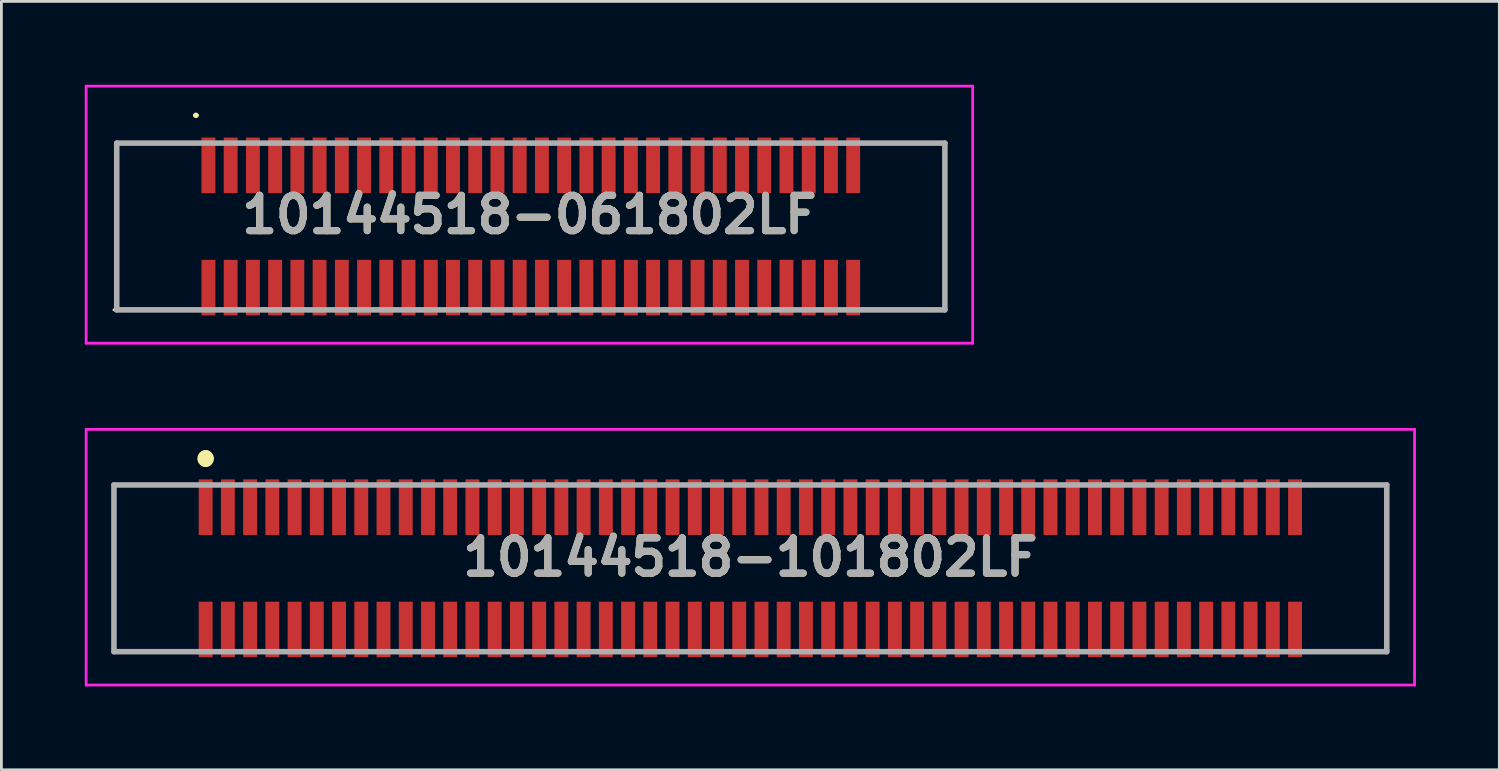
<source format=kicad_pcb>
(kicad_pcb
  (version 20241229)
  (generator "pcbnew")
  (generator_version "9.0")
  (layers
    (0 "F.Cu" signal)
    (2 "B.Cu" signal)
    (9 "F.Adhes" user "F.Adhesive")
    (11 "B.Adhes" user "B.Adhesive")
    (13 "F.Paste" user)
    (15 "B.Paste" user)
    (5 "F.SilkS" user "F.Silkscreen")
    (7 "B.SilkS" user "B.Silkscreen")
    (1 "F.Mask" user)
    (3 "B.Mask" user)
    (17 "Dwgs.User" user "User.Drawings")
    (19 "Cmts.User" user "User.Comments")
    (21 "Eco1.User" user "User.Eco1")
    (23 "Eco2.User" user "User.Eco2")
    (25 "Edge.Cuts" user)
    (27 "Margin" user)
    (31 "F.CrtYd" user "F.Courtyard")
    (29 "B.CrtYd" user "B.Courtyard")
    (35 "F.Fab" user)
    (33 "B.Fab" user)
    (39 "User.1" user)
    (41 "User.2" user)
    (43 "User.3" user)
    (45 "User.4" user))
  (footprint "10144518-101802LF"
    (layer "F.Cu")
    (at 23.95 17.4)
    (property "Reference" "10144518-101802LF" (at 0 -0.4 0) (layer "F.SilkS") (effects (font (size 1.27 1.27) (thickness 0.254))))
    (attr through_hole)
    (fp_line (start -22.9 -3) (end -22.9 3) (stroke (width 0.1) (type solid)) (layer "F.SilkS"))
    (fp_line (start -22.9 3) (end -20.1 3) (stroke (width 0.1) (type solid)) (layer "F.SilkS"))
    (fp_line (start -20.1 -3) (end -22.9 -3) (stroke (width 0.1) (type solid)) (layer "F.SilkS"))
    (fp_line (start -19.6 -4) (end -19.6 -4) (stroke (width 0.5) (type solid)) (layer "F.SilkS"))
    (fp_line (start -19.6 -3.9) (end -19.6 -3.9) (stroke (width 0.5) (type solid)) (layer "F.SilkS"))
    (fp_line (start 20.1 -3) (end 22.9 -3) (stroke (width 0.1) (type solid)) (layer "F.SilkS"))
    (fp_line (start 22.9 -3) (end 22.9 3) (stroke (width 0.1) (type solid)) (layer "F.SilkS"))
    (fp_line (start 22.9 3) (end 20.1 3) (stroke (width 0.1) (type solid)) (layer "F.SilkS"))
    (fp_arc (start -19.6 -4) (mid -19.55 -3.95) (end -19.6 -3.9) (stroke (width 0.5) (type solid)) (layer "F.SilkS"))
    (fp_arc (start -19.6 -3.9) (mid -19.65 -3.95) (end -19.6 -4) (stroke (width 0.5) (type solid)) (layer "F.SilkS"))
    (fp_line (start -23.9 -5) (end 23.9 -5) (stroke (width 0.1) (type solid)) (layer "F.CrtYd"))
    (fp_line (start -23.9 4.2) (end -23.9 -5) (stroke (width 0.1) (type solid)) (layer "F.CrtYd"))
    (fp_line (start 23.9 -5) (end 23.9 4.2) (stroke (width 0.1) (type solid)) (layer "F.CrtYd"))
    (fp_line (start 23.9 4.2) (end -23.9 4.2) (stroke (width 0.1) (type solid)) (layer "F.CrtYd"))
    (fp_line (start -22.9 -3) (end 22.9 -3) (stroke (width 0.2) (type solid)) (layer "F.Fab"))
    (fp_line (start -22.9 3) (end -22.9 -3) (stroke (width 0.2) (type solid)) (layer "F.Fab"))
    (fp_line (start 22.9 -3) (end 22.9 3) (stroke (width 0.2) (type solid)) (layer "F.Fab"))
    (fp_line (start 22.9 3) (end -22.9 3) (stroke (width 0.2) (type solid)) (layer "F.Fab"))
    (fp_text user "${REFERENCE}" (at 0 -0.4 0) (layer "F.Fab") (effects (font (size 1.27 1.27) (thickness 0.254))))
    (pad "" np_thru_hole circle (at -22.1 0) (size 0.001 0.001) (drill 0.83) (layers "*.Cu" "*.Mask"))
    (pad "" np_thru_hole circle (at 22.1 0) (size 0.001 0.001) (drill 1.23) (layers "*.Cu" "*.Mask"))
    (pad "1" smd rect (at -19.6 -2.2) (size 0.5 2) (layers "F.Cu" "F.Mask" "F.Paste"))
    (pad "2" smd rect (at -19.6 2.2) (size 0.5 2) (layers "F.Cu" "F.Mask" "F.Paste"))
    (pad "3" smd rect (at -18.8 -2.2) (size 0.5 2) (layers "F.Cu" "F.Mask" "F.Paste"))
    (pad "4" smd rect (at -18.8 2.2) (size 0.5 2) (layers "F.Cu" "F.Mask" "F.Paste"))
    (pad "5" smd rect (at -18 -2.2) (size 0.5 2) (layers "F.Cu" "F.Mask" "F.Paste"))
    (pad "6" smd rect (at -18 2.2) (size 0.5 2) (layers "F.Cu" "F.Mask" "F.Paste"))
    (pad "7" smd rect (at -17.2 -2.2) (size 0.5 2) (layers "F.Cu" "F.Mask" "F.Paste"))
    (pad "8" smd rect (at -17.2 2.2) (size 0.5 2) (layers "F.Cu" "F.Mask" "F.Paste"))
    (pad "9" smd rect (at -16.4 -2.2) (size 0.5 2) (layers "F.Cu" "F.Mask" "F.Paste"))
    (pad "10" smd rect (at -16.4 2.2) (size 0.5 2) (layers "F.Cu" "F.Mask" "F.Paste"))
    (pad "11" smd rect (at -15.6 -2.2) (size 0.5 2) (layers "F.Cu" "F.Mask" "F.Paste"))
    (pad "12" smd rect (at -15.6 2.2) (size 0.5 2) (layers "F.Cu" "F.Mask" "F.Paste"))
    (pad "13" smd rect (at -14.8 -2.2) (size 0.5 2) (layers "F.Cu" "F.Mask" "F.Paste"))
    (pad "14" smd rect (at -14.8 2.2) (size 0.5 2) (layers "F.Cu" "F.Mask" "F.Paste"))
    (pad "15" smd rect (at -14 -2.2) (size 0.5 2) (layers "F.Cu" "F.Mask" "F.Paste"))
    (pad "16" smd rect (at -14 2.2) (size 0.5 2) (layers "F.Cu" "F.Mask" "F.Paste"))
    (pad "17" smd rect (at -13.2 -2.2) (size 0.5 2) (layers "F.Cu" "F.Mask" "F.Paste"))
    (pad "18" smd rect (at -13.2 2.2) (size 0.5 2) (layers "F.Cu" "F.Mask" "F.Paste"))
    (pad "19" smd rect (at -12.4 -2.2) (size 0.5 2) (layers "F.Cu" "F.Mask" "F.Paste"))
    (pad "20" smd rect (at -12.4 2.2) (size 0.5 2) (layers "F.Cu" "F.Mask" "F.Paste"))
    (pad "21" smd rect (at -11.6 -2.2) (size 0.5 2) (layers "F.Cu" "F.Mask" "F.Paste"))
    (pad "22" smd rect (at -11.6 2.2) (size 0.5 2) (layers "F.Cu" "F.Mask" "F.Paste"))
    (pad "23" smd rect (at -10.8 -2.2) (size 0.5 2) (layers "F.Cu" "F.Mask" "F.Paste"))
    (pad "24" smd rect (at -10.8 2.2) (size 0.5 2) (layers "F.Cu" "F.Mask" "F.Paste"))
    (pad "25" smd rect (at -10 -2.2) (size 0.5 2) (layers "F.Cu" "F.Mask" "F.Paste"))
    (pad "26" smd rect (at -10 2.2) (size 0.5 2) (layers "F.Cu" "F.Mask" "F.Paste"))
    (pad "27" smd rect (at -9.2 -2.2) (size 0.5 2) (layers "F.Cu" "F.Mask" "F.Paste"))
    (pad "28" smd rect (at -9.2 2.2) (size 0.5 2) (layers "F.Cu" "F.Mask" "F.Paste"))
    (pad "29" smd rect (at -8.4 -2.2) (size 0.5 2) (layers "F.Cu" "F.Mask" "F.Paste"))
    (pad "30" smd rect (at -8.4 2.2) (size 0.5 2) (layers "F.Cu" "F.Mask" "F.Paste"))
    (pad "31" smd rect (at -7.6 -2.2) (size 0.5 2) (layers "F.Cu" "F.Mask" "F.Paste"))
    (pad "32" smd rect (at -7.6 2.2) (size 0.5 2) (layers "F.Cu" "F.Mask" "F.Paste"))
    (pad "33" smd rect (at -6.8 -2.2) (size 0.5 2) (layers "F.Cu" "F.Mask" "F.Paste"))
    (pad "34" smd rect (at -6.8 2.2) (size 0.5 2) (layers "F.Cu" "F.Mask" "F.Paste"))
    (pad "35" smd rect (at -6 -2.2) (size 0.5 2) (layers "F.Cu" "F.Mask" "F.Paste"))
    (pad "36" smd rect (at -6 2.2) (size 0.5 2) (layers "F.Cu" "F.Mask" "F.Paste"))
    (pad "37" smd rect (at -5.2 -2.2) (size 0.5 2) (layers "F.Cu" "F.Mask" "F.Paste"))
    (pad "38" smd rect (at -5.2 2.2) (size 0.5 2) (layers "F.Cu" "F.Mask" "F.Paste"))
    (pad "39" smd rect (at -4.4 -2.2) (size 0.5 2) (layers "F.Cu" "F.Mask" "F.Paste"))
    (pad "40" smd rect (at -4.4 2.2) (size 0.5 2) (layers "F.Cu" "F.Mask" "F.Paste"))
    (pad "41" smd rect (at -3.6 -2.2) (size 0.5 2) (layers "F.Cu" "F.Mask" "F.Paste"))
    (pad "42" smd rect (at -3.6 2.2) (size 0.5 2) (layers "F.Cu" "F.Mask" "F.Paste"))
    (pad "43" smd rect (at -2.8 -2.2) (size 0.5 2) (layers "F.Cu" "F.Mask" "F.Paste"))
    (pad "44" smd rect (at -2.8 2.2) (size 0.5 2) (layers "F.Cu" "F.Mask" "F.Paste"))
    (pad "45" smd rect (at -2 -2.2) (size 0.5 2) (layers "F.Cu" "F.Mask" "F.Paste"))
    (pad "46" smd rect (at -2 2.2) (size 0.5 2) (layers "F.Cu" "F.Mask" "F.Paste"))
    (pad "47" smd rect (at -1.2 -2.2) (size 0.5 2) (layers "F.Cu" "F.Mask" "F.Paste"))
    (pad "48" smd rect (at -1.2 2.2) (size 0.5 2) (layers "F.Cu" "F.Mask" "F.Paste"))
    (pad "49" smd rect (at -0.4 -2.2) (size 0.5 2) (layers "F.Cu" "F.Mask" "F.Paste"))
    (pad "50" smd rect (at -0.4 2.2) (size 0.5 2) (layers "F.Cu" "F.Mask" "F.Paste"))
    (pad "51" smd rect (at 0.4 -2.2) (size 0.5 2) (layers "F.Cu" "F.Mask" "F.Paste"))
    (pad "52" smd rect (at 0.4 2.2) (size 0.5 2) (layers "F.Cu" "F.Mask" "F.Paste"))
    (pad "53" smd rect (at 1.2 -2.2) (size 0.5 2) (layers "F.Cu" "F.Mask" "F.Paste"))
    (pad "54" smd rect (at 1.2 2.2) (size 0.5 2) (layers "F.Cu" "F.Mask" "F.Paste"))
    (pad "55" smd rect (at 2 -2.2) (size 0.5 2) (layers "F.Cu" "F.Mask" "F.Paste"))
    (pad "56" smd rect (at 2 2.2) (size 0.5 2) (layers "F.Cu" "F.Mask" "F.Paste"))
    (pad "57" smd rect (at 2.8 -2.2) (size 0.5 2) (layers "F.Cu" "F.Mask" "F.Paste"))
    (pad "58" smd rect (at 2.8 2.2) (size 0.5 2) (layers "F.Cu" "F.Mask" "F.Paste"))
    (pad "59" smd rect (at 3.6 -2.2) (size 0.5 2) (layers "F.Cu" "F.Mask" "F.Paste"))
    (pad "60" smd rect (at 3.6 2.2) (size 0.5 2) (layers "F.Cu" "F.Mask" "F.Paste"))
    (pad "61" smd rect (at 4.4 -2.2) (size 0.5 2) (layers "F.Cu" "F.Mask" "F.Paste"))
    (pad "62" smd rect (at 4.4 2.2) (size 0.5 2) (layers "F.Cu" "F.Mask" "F.Paste"))
    (pad "63" smd rect (at 5.2 -2.2) (size 0.5 2) (layers "F.Cu" "F.Mask" "F.Paste"))
    (pad "64" smd rect (at 5.2 2.2) (size 0.5 2) (layers "F.Cu" "F.Mask" "F.Paste"))
    (pad "65" smd rect (at 6 -2.2) (size 0.5 2) (layers "F.Cu" "F.Mask" "F.Paste"))
    (pad "66" smd rect (at 6 2.2) (size 0.5 2) (layers "F.Cu" "F.Mask" "F.Paste"))
    (pad "67" smd rect (at 6.8 -2.2) (size 0.5 2) (layers "F.Cu" "F.Mask" "F.Paste"))
    (pad "68" smd rect (at 6.8 2.2) (size 0.5 2) (layers "F.Cu" "F.Mask" "F.Paste"))
    (pad "69" smd rect (at 7.6 -2.2) (size 0.5 2) (layers "F.Cu" "F.Mask" "F.Paste"))
    (pad "70" smd rect (at 7.6 2.2) (size 0.5 2) (layers "F.Cu" "F.Mask" "F.Paste"))
    (pad "71" smd rect (at 8.4 -2.2) (size 0.5 2) (layers "F.Cu" "F.Mask" "F.Paste"))
    (pad "72" smd rect (at 8.4 2.2) (size 0.5 2) (layers "F.Cu" "F.Mask" "F.Paste"))
    (pad "73" smd rect (at 9.2 -2.2) (size 0.5 2) (layers "F.Cu" "F.Mask" "F.Paste"))
    (pad "74" smd rect (at 9.2 2.2) (size 0.5 2) (layers "F.Cu" "F.Mask" "F.Paste"))
    (pad "75" smd rect (at 10 -2.2) (size 0.5 2) (layers "F.Cu" "F.Mask" "F.Paste"))
    (pad "76" smd rect (at 10 2.2) (size 0.5 2) (layers "F.Cu" "F.Mask" "F.Paste"))
    (pad "77" smd rect (at 10.8 -2.2) (size 0.5 2) (layers "F.Cu" "F.Mask" "F.Paste"))
    (pad "78" smd rect (at 10.8 2.2) (size 0.5 2) (layers "F.Cu" "F.Mask" "F.Paste"))
    (pad "79" smd rect (at 11.6 -2.2) (size 0.5 2) (layers "F.Cu" "F.Mask" "F.Paste"))
    (pad "80" smd rect (at 11.6 2.2) (size 0.5 2) (layers "F.Cu" "F.Mask" "F.Paste"))
    (pad "81" smd rect (at 12.4 -2.2) (size 0.5 2) (layers "F.Cu" "F.Mask" "F.Paste"))
    (pad "82" smd rect (at 12.4 2.2) (size 0.5 2) (layers "F.Cu" "F.Mask" "F.Paste"))
    (pad "83" smd rect (at 13.2 -2.2) (size 0.5 2) (layers "F.Cu" "F.Mask" "F.Paste"))
    (pad "84" smd rect (at 13.2 2.2) (size 0.5 2) (layers "F.Cu" "F.Mask" "F.Paste"))
    (pad "85" smd rect (at 14 -2.2) (size 0.5 2) (layers "F.Cu" "F.Mask" "F.Paste"))
    (pad "86" smd rect (at 14 2.2) (size 0.5 2) (layers "F.Cu" "F.Mask" "F.Paste"))
    (pad "87" smd rect (at 14.8 -2.2) (size 0.5 2) (layers "F.Cu" "F.Mask" "F.Paste"))
    (pad "88" smd rect (at 14.8 2.2) (size 0.5 2) (layers "F.Cu" "F.Mask" "F.Paste"))
    (pad "89" smd rect (at 15.6 -2.2) (size 0.5 2) (layers "F.Cu" "F.Mask" "F.Paste"))
    (pad "90" smd rect (at 15.6 2.2) (size 0.5 2) (layers "F.Cu" "F.Mask" "F.Paste"))
    (pad "91" smd rect (at 16.4 -2.2) (size 0.5 2) (layers "F.Cu" "F.Mask" "F.Paste"))
    (pad "92" smd rect (at 16.4 2.2) (size 0.5 2) (layers "F.Cu" "F.Mask" "F.Paste"))
    (pad "93" smd rect (at 17.2 -2.2) (size 0.5 2) (layers "F.Cu" "F.Mask" "F.Paste"))
    (pad "94" smd rect (at 17.2 2.2) (size 0.5 2) (layers "F.Cu" "F.Mask" "F.Paste"))
    (pad "95" smd rect (at 18 -2.2) (size 0.5 2) (layers "F.Cu" "F.Mask" "F.Paste"))
    (pad "96" smd rect (at 18 2.2) (size 0.5 2) (layers "F.Cu" "F.Mask" "F.Paste"))
    (pad "97" smd rect (at 18.8 -2.2) (size 0.5 2) (layers "F.Cu" "F.Mask" "F.Paste"))
    (pad "98" smd rect (at 18.8 2.2) (size 0.5 2) (layers "F.Cu" "F.Mask" "F.Paste"))
    (pad "99" smd rect (at 19.6 -2.2) (size 0.5 2) (layers "F.Cu" "F.Mask" "F.Paste"))
    (pad "100" smd rect (at 19.6 2.2) (size 0.5 2) (layers "F.Cu" "F.Mask" "F.Paste")))
  (footprint "10144518-061802LF"
    (layer "F.Cu")
    (at 16.05 5.1)
    (property "Reference" "10144518-061802LF" (at -0.05 -0.425 0) (layer "F.SilkS") (effects (font (size 1.27 1.27) (thickness 0.254))))
    (attr through_hole)
    (fp_line (start -14.9 -3) (end -14.9 3) (stroke (width 0.1) (type solid)) (layer "F.SilkS"))
    (fp_line (start -12.5 -3) (end -14.9 -3) (stroke (width 0.1) (type solid)) (layer "F.SilkS"))
    (fp_line (start -12.5 3) (end -15 3) (stroke (width 0.1) (type solid)) (layer "F.SilkS"))
    (fp_line (start -12.1 -4) (end -12.1 -4) (stroke (width 0.1) (type solid)) (layer "F.SilkS"))
    (fp_line (start -12 -4) (end -12 -4) (stroke (width 0.1) (type solid)) (layer "F.SilkS"))
    (fp_line (start 12.5 3) (end 14.9 3) (stroke (width 0.1) (type solid)) (layer "F.SilkS"))
    (fp_line (start 14.9 -3) (end 13 -3) (stroke (width 0.1) (type solid)) (layer "F.SilkS"))
    (fp_line (start 14.9 3) (end 14.9 -3) (stroke (width 0.1) (type solid)) (layer "F.SilkS"))
    (fp_arc (start -12.1 -4) (mid -12.05 -4.05) (end -12 -4) (stroke (width 0.1) (type solid)) (layer "F.SilkS"))
    (fp_arc (start -12 -4) (mid -12.05 -3.95) (end -12.1 -4) (stroke (width 0.1) (type solid)) (layer "F.SilkS"))
    (fp_line (start -16 -5.05) (end 15.9 -5.05) (stroke (width 0.1) (type solid)) (layer "F.CrtYd"))
    (fp_line (start -16 4.2) (end -16 -5.05) (stroke (width 0.1) (type solid)) (layer "F.CrtYd"))
    (fp_line (start 15.9 -5.05) (end 15.9 4.2) (stroke (width 0.1) (type solid)) (layer "F.CrtYd"))
    (fp_line (start 15.9 4.2) (end -16 4.2) (stroke (width 0.1) (type solid)) (layer "F.CrtYd"))
    (fp_line (start -14.9 -3) (end 14.9 -3) (stroke (width 0.2) (type solid)) (layer "F.Fab"))
    (fp_line (start -14.9 3) (end -14.9 -3) (stroke (width 0.2) (type solid)) (layer "F.Fab"))
    (fp_line (start 14.9 -3) (end 14.9 3) (stroke (width 0.2) (type solid)) (layer "F.Fab"))
    (fp_line (start 14.9 3) (end -14.9 3) (stroke (width 0.2) (type solid)) (layer "F.Fab"))
    (fp_text user "${REFERENCE}" (at -0.05 -0.425 0) (layer "F.Fab") (effects (font (size 1.27 1.27) (thickness 0.254))))
    (pad "" np_thru_hole circle (at -14.1 0) (size 0.001 0.001) (drill 0.83) (layers "*.Cu" "*.Mask"))
    (pad "" np_thru_hole circle (at 14.1 0) (size 0.001 0.001) (drill 1.23) (layers "*.Cu" "*.Mask"))
    (pad "1" smd rect (at -11.6 -2.2) (size 0.5 2) (layers "F.Cu" "F.Mask" "F.Paste"))
    (pad "2" smd rect (at -11.6 2.2) (size 0.5 2) (layers "F.Cu" "F.Mask" "F.Paste"))
    (pad "3" smd rect (at -10.8 -2.2) (size 0.5 2) (layers "F.Cu" "F.Mask" "F.Paste"))
    (pad "4" smd rect (at -10.8 2.2) (size 0.5 2) (layers "F.Cu" "F.Mask" "F.Paste"))
    (pad "5" smd rect (at -10 -2.2) (size 0.5 2) (layers "F.Cu" "F.Mask" "F.Paste"))
    (pad "6" smd rect (at -10 2.2) (size 0.5 2) (layers "F.Cu" "F.Mask" "F.Paste"))
    (pad "7" smd rect (at -9.2 -2.2) (size 0.5 2) (layers "F.Cu" "F.Mask" "F.Paste"))
    (pad "8" smd rect (at -9.2 2.2) (size 0.5 2) (layers "F.Cu" "F.Mask" "F.Paste"))
    (pad "9" smd rect (at -8.4 -2.2) (size 0.5 2) (layers "F.Cu" "F.Mask" "F.Paste"))
    (pad "10" smd rect (at -8.4 2.2) (size 0.5 2) (layers "F.Cu" "F.Mask" "F.Paste"))
    (pad "11" smd rect (at -7.6 -2.2) (size 0.5 2) (layers "F.Cu" "F.Mask" "F.Paste"))
    (pad "12" smd rect (at -7.6 2.2) (size 0.5 2) (layers "F.Cu" "F.Mask" "F.Paste"))
    (pad "13" smd rect (at -6.8 -2.2) (size 0.5 2) (layers "F.Cu" "F.Mask" "F.Paste"))
    (pad "14" smd rect (at -6.8 2.2) (size 0.5 2) (layers "F.Cu" "F.Mask" "F.Paste"))
    (pad "15" smd rect (at -6 -2.2) (size 0.5 2) (layers "F.Cu" "F.Mask" "F.Paste"))
    (pad "16" smd rect (at -6 2.2) (size 0.5 2) (layers "F.Cu" "F.Mask" "F.Paste"))
    (pad "17" smd rect (at -5.2 -2.2) (size 0.5 2) (layers "F.Cu" "F.Mask" "F.Paste"))
    (pad "18" smd rect (at -5.2 2.2) (size 0.5 2) (layers "F.Cu" "F.Mask" "F.Paste"))
    (pad "19" smd rect (at -4.4 -2.2) (size 0.5 2) (layers "F.Cu" "F.Mask" "F.Paste"))
    (pad "20" smd rect (at -4.4 2.2) (size 0.5 2) (layers "F.Cu" "F.Mask" "F.Paste"))
    (pad "21" smd rect (at -3.6 -2.2) (size 0.5 2) (layers "F.Cu" "F.Mask" "F.Paste"))
    (pad "22" smd rect (at -3.6 2.2) (size 0.5 2) (layers "F.Cu" "F.Mask" "F.Paste"))
    (pad "23" smd rect (at -2.8 -2.2) (size 0.5 2) (layers "F.Cu" "F.Mask" "F.Paste"))
    (pad "24" smd rect (at -2.8 2.2) (size 0.5 2) (layers "F.Cu" "F.Mask" "F.Paste"))
    (pad "25" smd rect (at -2 -2.2) (size 0.5 2) (layers "F.Cu" "F.Mask" "F.Paste"))
    (pad "26" smd rect (at -2 2.2) (size 0.5 2) (layers "F.Cu" "F.Mask" "F.Paste"))
    (pad "27" smd rect (at -1.2 -2.2) (size 0.5 2) (layers "F.Cu" "F.Mask" "F.Paste"))
    (pad "28" smd rect (at -1.2 2.2) (size 0.5 2) (layers "F.Cu" "F.Mask" "F.Paste"))
    (pad "29" smd rect (at -0.4 -2.2) (size 0.5 2) (layers "F.Cu" "F.Mask" "F.Paste"))
    (pad "30" smd rect (at -0.4 2.2) (size 0.5 2) (layers "F.Cu" "F.Mask" "F.Paste"))
    (pad "31" smd rect (at 0.4 -2.2) (size 0.5 2) (layers "F.Cu" "F.Mask" "F.Paste"))
    (pad "32" smd rect (at 0.4 2.2) (size 0.5 2) (layers "F.Cu" "F.Mask" "F.Paste"))
    (pad "33" smd rect (at 1.2 -2.2) (size 0.5 2) (layers "F.Cu" "F.Mask" "F.Paste"))
    (pad "34" smd rect (at 1.2 2.2) (size 0.5 2) (layers "F.Cu" "F.Mask" "F.Paste"))
    (pad "35" smd rect (at 2 -2.2) (size 0.5 2) (layers "F.Cu" "F.Mask" "F.Paste"))
    (pad "36" smd rect (at 2 2.2) (size 0.5 2) (layers "F.Cu" "F.Mask" "F.Paste"))
    (pad "37" smd rect (at 2.8 -2.2) (size 0.5 2) (layers "F.Cu" "F.Mask" "F.Paste"))
    (pad "38" smd rect (at 2.8 2.2) (size 0.5 2) (layers "F.Cu" "F.Mask" "F.Paste"))
    (pad "39" smd rect (at 3.6 -2.2) (size 0.5 2) (layers "F.Cu" "F.Mask" "F.Paste"))
    (pad "40" smd rect (at 3.6 2.2) (size 0.5 2) (layers "F.Cu" "F.Mask" "F.Paste"))
    (pad "41" smd rect (at 4.4 -2.2) (size 0.5 2) (layers "F.Cu" "F.Mask" "F.Paste"))
    (pad "42" smd rect (at 4.4 2.2) (size 0.5 2) (layers "F.Cu" "F.Mask" "F.Paste"))
    (pad "43" smd rect (at 5.2 -2.2) (size 0.5 2) (layers "F.Cu" "F.Mask" "F.Paste"))
    (pad "44" smd rect (at 5.2 2.2) (size 0.5 2) (layers "F.Cu" "F.Mask" "F.Paste"))
    (pad "45" smd rect (at 6 -2.2) (size 0.5 2) (layers "F.Cu" "F.Mask" "F.Paste"))
    (pad "46" smd rect (at 6 2.2) (size 0.5 2) (layers "F.Cu" "F.Mask" "F.Paste"))
    (pad "47" smd rect (at 6.8 -2.2) (size 0.5 2) (layers "F.Cu" "F.Mask" "F.Paste"))
    (pad "48" smd rect (at 6.8 2.2) (size 0.5 2) (layers "F.Cu" "F.Mask" "F.Paste"))
    (pad "49" smd rect (at 7.6 -2.2) (size 0.5 2) (layers "F.Cu" "F.Mask" "F.Paste"))
    (pad "50" smd rect (at 7.6 2.2) (size 0.5 2) (layers "F.Cu" "F.Mask" "F.Paste"))
    (pad "51" smd rect (at 8.4 -2.2) (size 0.5 2) (layers "F.Cu" "F.Mask" "F.Paste"))
    (pad "52" smd rect (at 8.4 2.2) (size 0.5 2) (layers "F.Cu" "F.Mask" "F.Paste"))
    (pad "53" smd rect (at 9.2 -2.2) (size 0.5 2) (layers "F.Cu" "F.Mask" "F.Paste"))
    (pad "54" smd rect (at 9.2 2.2) (size 0.5 2) (layers "F.Cu" "F.Mask" "F.Paste"))
    (pad "55" smd rect (at 10 -2.2) (size 0.5 2) (layers "F.Cu" "F.Mask" "F.Paste"))
    (pad "56" smd rect (at 10 2.2) (size 0.5 2) (layers "F.Cu" "F.Mask" "F.Paste"))
    (pad "57" smd rect (at 10.8 -2.2) (size 0.5 2) (layers "F.Cu" "F.Mask" "F.Paste"))
    (pad "58" smd rect (at 10.8 2.2) (size 0.5 2) (layers "F.Cu" "F.Mask" "F.Paste"))
    (pad "59" smd rect (at 11.6 -2.2) (size 0.5 2) (layers "F.Cu" "F.Mask" "F.Paste"))
    (pad "60" smd rect (at 11.6 2.2) (size 0.5 2) (layers "F.Cu" "F.Mask" "F.Paste")))
  (gr_rect
    (start -3 -3)
    (end 50.9 24.65)
    (stroke (width 0.1) (type default))
    (fill no)
    (layer "Edge.Cuts")))
</source>
